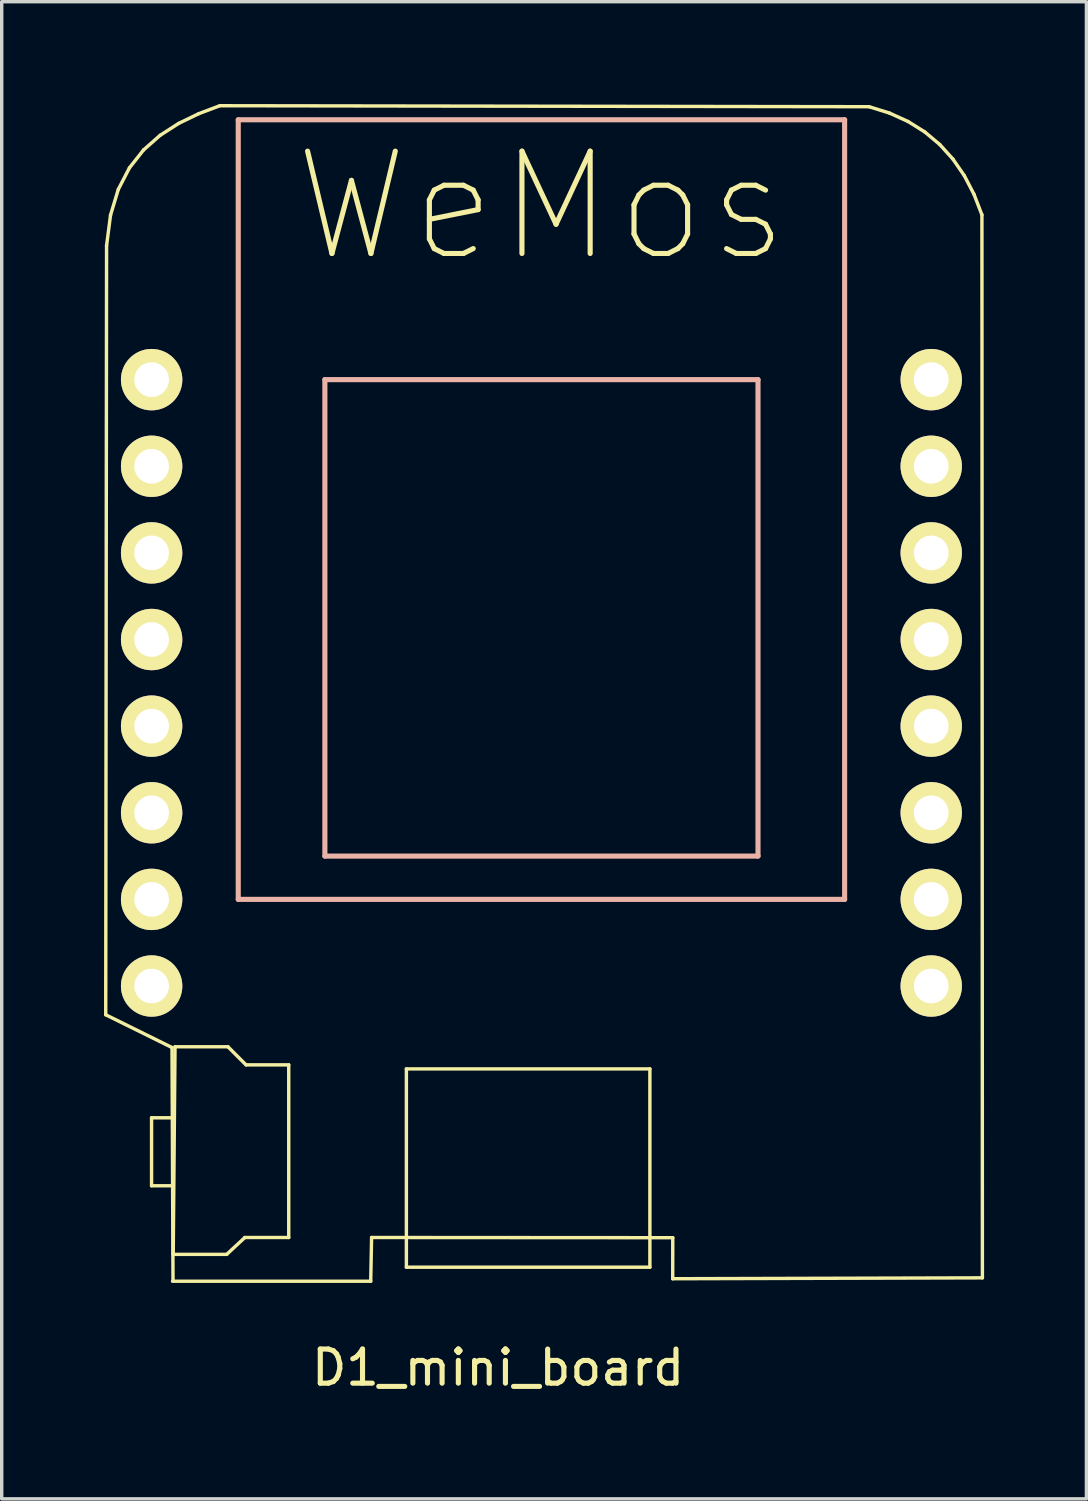
<source format=kicad_pcb>
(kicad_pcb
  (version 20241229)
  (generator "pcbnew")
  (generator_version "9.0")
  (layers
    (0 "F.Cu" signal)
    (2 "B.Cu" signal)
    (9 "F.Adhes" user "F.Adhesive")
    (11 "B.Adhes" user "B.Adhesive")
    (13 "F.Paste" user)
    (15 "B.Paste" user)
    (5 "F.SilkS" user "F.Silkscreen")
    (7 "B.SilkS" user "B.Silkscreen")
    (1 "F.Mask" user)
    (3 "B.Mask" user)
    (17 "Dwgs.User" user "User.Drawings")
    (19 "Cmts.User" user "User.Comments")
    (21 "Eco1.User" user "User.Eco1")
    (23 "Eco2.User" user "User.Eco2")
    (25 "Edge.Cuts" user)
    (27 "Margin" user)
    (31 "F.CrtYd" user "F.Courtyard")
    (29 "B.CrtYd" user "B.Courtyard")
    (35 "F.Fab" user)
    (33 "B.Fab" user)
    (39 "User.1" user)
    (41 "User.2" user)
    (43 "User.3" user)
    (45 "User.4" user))
  (footprint "D1_mini_board"
    (layer "F.Cu")
    (at 11.81 18.242)
    (property "Reference" "D1_mini_board" (at -0.254 18.81 0) (layer "F.SilkS") (effects (font (size 1 1) (thickness 0.15))))
    (attr through_hole)
    (fp_line (start -11.76 8.463) (end -9.816 9.424) (stroke (width 0.1) (type solid)) (layer "F.SilkS"))
    (fp_line (start -11.735 -14.092) (end -11.76 8.463) (stroke (width 0.1) (type solid)) (layer "F.SilkS"))
    (fp_line (start -11.619 -14.985) (end -11.735 -14.092) (stroke (width 0.1) (type solid)) (layer "F.SilkS"))
    (fp_line (start -11.391 -15.74) (end -11.619 -14.985) (stroke (width 0.1) (type solid)) (layer "F.SilkS"))
    (fp_line (start -11.064 -16.371) (end -11.391 -15.74) (stroke (width 0.1) (type solid)) (layer "F.SilkS"))
    (fp_line (start -10.651 -16.895) (end -11.064 -16.371) (stroke (width 0.1) (type solid)) (layer "F.SilkS"))
    (fp_line (start -10.416 11.484) (end -10.416 13.477) (stroke (width 0.1) (type solid)) (layer "F.SilkS"))
    (fp_line (start -10.416 13.477) (end -9.798 13.477) (stroke (width 0.1) (type solid)) (layer "F.SilkS"))
    (fp_line (start -10.165 -17.324) (end -10.651 -16.895) (stroke (width 0.1) (type solid)) (layer "F.SilkS"))
    (fp_line (start -9.816 9.424) (end -9.787 16.233) (stroke (width 0.1) (type solid)) (layer "F.SilkS"))
    (fp_line (start -9.801 16.277) (end -3.99 16.277) (stroke (width 0.1) (type solid)) (layer "F.SilkS"))
    (fp_line (start -9.781 15.488) (end -9.728 9.402) (stroke (width 0.1) (type solid)) (layer "F.SilkS"))
    (fp_line (start -9.763 11.484) (end -10.416 11.484) (stroke (width 0.1) (type solid)) (layer "F.SilkS"))
    (fp_line (start -9.728 9.402) (end -8.175 9.402) (stroke (width 0.1) (type solid)) (layer "F.SilkS"))
    (fp_line (start -9.622 -17.673) (end -10.165 -17.324) (stroke (width 0.1) (type solid)) (layer "F.SilkS"))
    (fp_line (start -9.034 -17.958) (end -9.622 -17.673) (stroke (width 0.1) (type solid)) (layer "F.SilkS"))
    (fp_line (start -8.414 -18.192) (end -9.034 -17.958) (stroke (width 0.1) (type solid)) (layer "F.SilkS"))
    (fp_line (start -8.211 15.488) (end -9.781 15.488) (stroke (width 0.1) (type solid)) (layer "F.SilkS"))
    (fp_line (start -8.175 9.402) (end -7.646 9.932) (stroke (width 0.1) (type solid)) (layer "F.SilkS"))
    (fp_line (start -7.681 14.994) (end -8.211 15.488) (stroke (width 0.1) (type solid)) (layer "F.SilkS"))
    (fp_line (start -7.646 9.932) (end -6.394 9.932) (stroke (width 0.1) (type solid)) (layer "F.SilkS"))
    (fp_line (start -6.394 9.932) (end -6.394 14.994) (stroke (width 0.1) (type solid)) (layer "F.SilkS"))
    (fp_line (start -6.394 14.994) (end -7.681 14.994) (stroke (width 0.1) (type solid)) (layer "F.SilkS"))
    (fp_line (start -3.99 16.277) (end -3.964 14.994) (stroke (width 0.1) (type solid)) (layer "F.SilkS"))
    (fp_line (start -3.964 14.994) (end 4.867 15) (stroke (width 0.1) (type solid)) (layer "F.SilkS"))
    (fp_line (start -2.944 10.051) (end -2.944 15.865) (stroke (width 0.1) (type solid)) (layer "F.SilkS"))
    (fp_line (start -2.944 15.865) (end 4.196 15.865) (stroke (width 0.1) (type solid)) (layer "F.SilkS"))
    (fp_line (start 4.196 10.051) (end -2.944 10.051) (stroke (width 0.1) (type solid)) (layer "F.SilkS"))
    (fp_line (start 4.196 15.865) (end 4.196 10.051) (stroke (width 0.1) (type solid)) (layer "F.SilkS"))
    (fp_line (start 4.865 16.203) (end 13.946 16.177) (stroke (width 0.1) (type solid)) (layer "F.SilkS"))
    (fp_line (start 4.867 15) (end 4.865 16.203) (stroke (width 0.1) (type solid)) (layer "F.SilkS"))
    (fp_line (start 10.623 -18.163) (end -8.414 -18.192) (stroke (width 0.1) (type solid)) (layer "F.SilkS"))
    (fp_line (start 11.221 -17.977) (end 10.623 -18.163) (stroke (width 0.1) (type solid)) (layer "F.SilkS"))
    (fp_line (start 11.765 -17.73) (end 11.221 -17.977) (stroke (width 0.1) (type solid)) (layer "F.SilkS"))
    (fp_line (start 12.257 -17.423) (end 11.765 -17.73) (stroke (width 0.1) (type solid)) (layer "F.SilkS"))
    (fp_line (start 12.695 -17.055) (end 12.257 -17.423) (stroke (width 0.1) (type solid)) (layer "F.SilkS"))
    (fp_line (start 13.081 -16.628) (end 12.695 -17.055) (stroke (width 0.1) (type solid)) (layer "F.SilkS"))
    (fp_line (start 13.416 -16.141) (end 13.081 -16.628) (stroke (width 0.1) (type solid)) (layer "F.SilkS"))
    (fp_line (start 13.699 -15.596) (end 13.416 -16.141) (stroke (width 0.1) (type solid)) (layer "F.SilkS"))
    (fp_line (start 13.932 -14.993) (end 13.699 -15.596) (stroke (width 0.1) (type solid)) (layer "F.SilkS"))
    (fp_line (start 13.946 16.177) (end 13.932 -14.993) (stroke (width 0.1) (type solid)) (layer "F.SilkS"))
    (fp_line (start -7.874 -17.78) (end 9.906 -17.78) (stroke (width 0.15) (type solid)) (layer "B.SilkS"))
    (fp_line (start -7.874 5.08) (end -7.874 -17.78) (stroke (width 0.15) (type solid)) (layer "B.SilkS"))
    (fp_line (start -5.334 -10.16) (end -5.334 3.81) (stroke (width 0.15) (type solid)) (layer "B.SilkS"))
    (fp_line (start -5.334 3.81) (end 7.366 3.81) (stroke (width 0.15) (type solid)) (layer "B.SilkS"))
    (fp_line (start 7.366 -10.16) (end -5.334 -10.16) (stroke (width 0.15) (type solid)) (layer "B.SilkS"))
    (fp_line (start 7.366 3.81) (end 7.366 -10.16) (stroke (width 0.15) (type solid)) (layer "B.SilkS"))
    (fp_line (start 9.906 -17.78) (end 9.906 5.08) (stroke (width 0.15) (type solid)) (layer "B.SilkS"))
    (fp_line (start 9.906 5.08) (end -7.874 5.08) (stroke (width 0.15) (type solid)) (layer "B.SilkS"))
    (fp_text user "WeMos" (at 1.016 -15.24 0) (layer "F.SilkS") (effects (font (size 3 3) (thickness 0.15))))
    (pad "1" thru_hole circle (at 12.446 7.62) (size 1.8 1.8) (drill 1.016) (layers "*.Cu" "*.Mask" "F.SilkS"))
    (pad "2" thru_hole circle (at 12.446 5.08) (size 1.8 1.8) (drill 1.016) (layers "*.Cu" "*.Mask" "F.SilkS"))
    (pad "3" thru_hole circle (at 12.446 2.54) (size 1.8 1.8) (drill 1.016) (layers "*.Cu" "*.Mask" "F.SilkS"))
    (pad "4" thru_hole circle (at 12.446 0) (size 1.8 1.8) (drill 1.016) (layers "*.Cu" "*.Mask" "F.SilkS"))
    (pad "5" thru_hole circle (at 12.446 -2.54) (size 1.8 1.8) (drill 1.016) (layers "*.Cu" "*.Mask" "F.SilkS"))
    (pad "6" thru_hole circle (at 12.446 -5.08) (size 1.8 1.8) (drill 1.016) (layers "*.Cu" "*.Mask" "F.SilkS"))
    (pad "7" thru_hole circle (at 12.446 -7.62) (size 1.8 1.8) (drill 1.016) (layers "*.Cu" "*.Mask" "F.SilkS"))
    (pad "8" thru_hole circle (at 12.446 -10.16) (size 1.8 1.8) (drill 1.016) (layers "*.Cu" "*.Mask" "F.SilkS"))
    (pad "9" thru_hole circle (at -10.414 -10.16) (size 1.8 1.8) (drill 1.016) (layers "*.Cu" "*.Mask" "F.SilkS"))
    (pad "10" thru_hole circle (at -10.414 -7.62) (size 1.8 1.8) (drill 1.016) (layers "*.Cu" "*.Mask" "F.SilkS"))
    (pad "11" thru_hole circle (at -10.414 -5.08) (size 1.8 1.8) (drill 1.016) (layers "*.Cu" "*.Mask" "F.SilkS"))
    (pad "12" thru_hole circle (at -10.414 -2.54) (size 1.8 1.8) (drill 1.016) (layers "*.Cu" "*.Mask" "F.SilkS"))
    (pad "13" thru_hole circle (at -10.414 0) (size 1.8 1.8) (drill 1.016) (layers "*.Cu" "*.Mask" "F.SilkS"))
    (pad "14" thru_hole circle (at -10.414 2.54) (size 1.8 1.8) (drill 1.016) (layers "*.Cu" "*.Mask" "F.SilkS"))
    (pad "15" thru_hole circle (at -10.414 5.08) (size 1.8 1.8) (drill 1.016) (layers "*.Cu" "*.Mask" "F.SilkS"))
    (pad "16" thru_hole circle (at -10.414 7.62) (size 1.8 1.8) (drill 1.016) (layers "*.Cu" "*.Mask" "F.SilkS")))
  (gr_rect
    (start -3 -3)
    (end 28.806 40.9)
    (stroke (width 0.1) (type default))
    (fill no)
    (layer "Edge.Cuts")))
</source>
